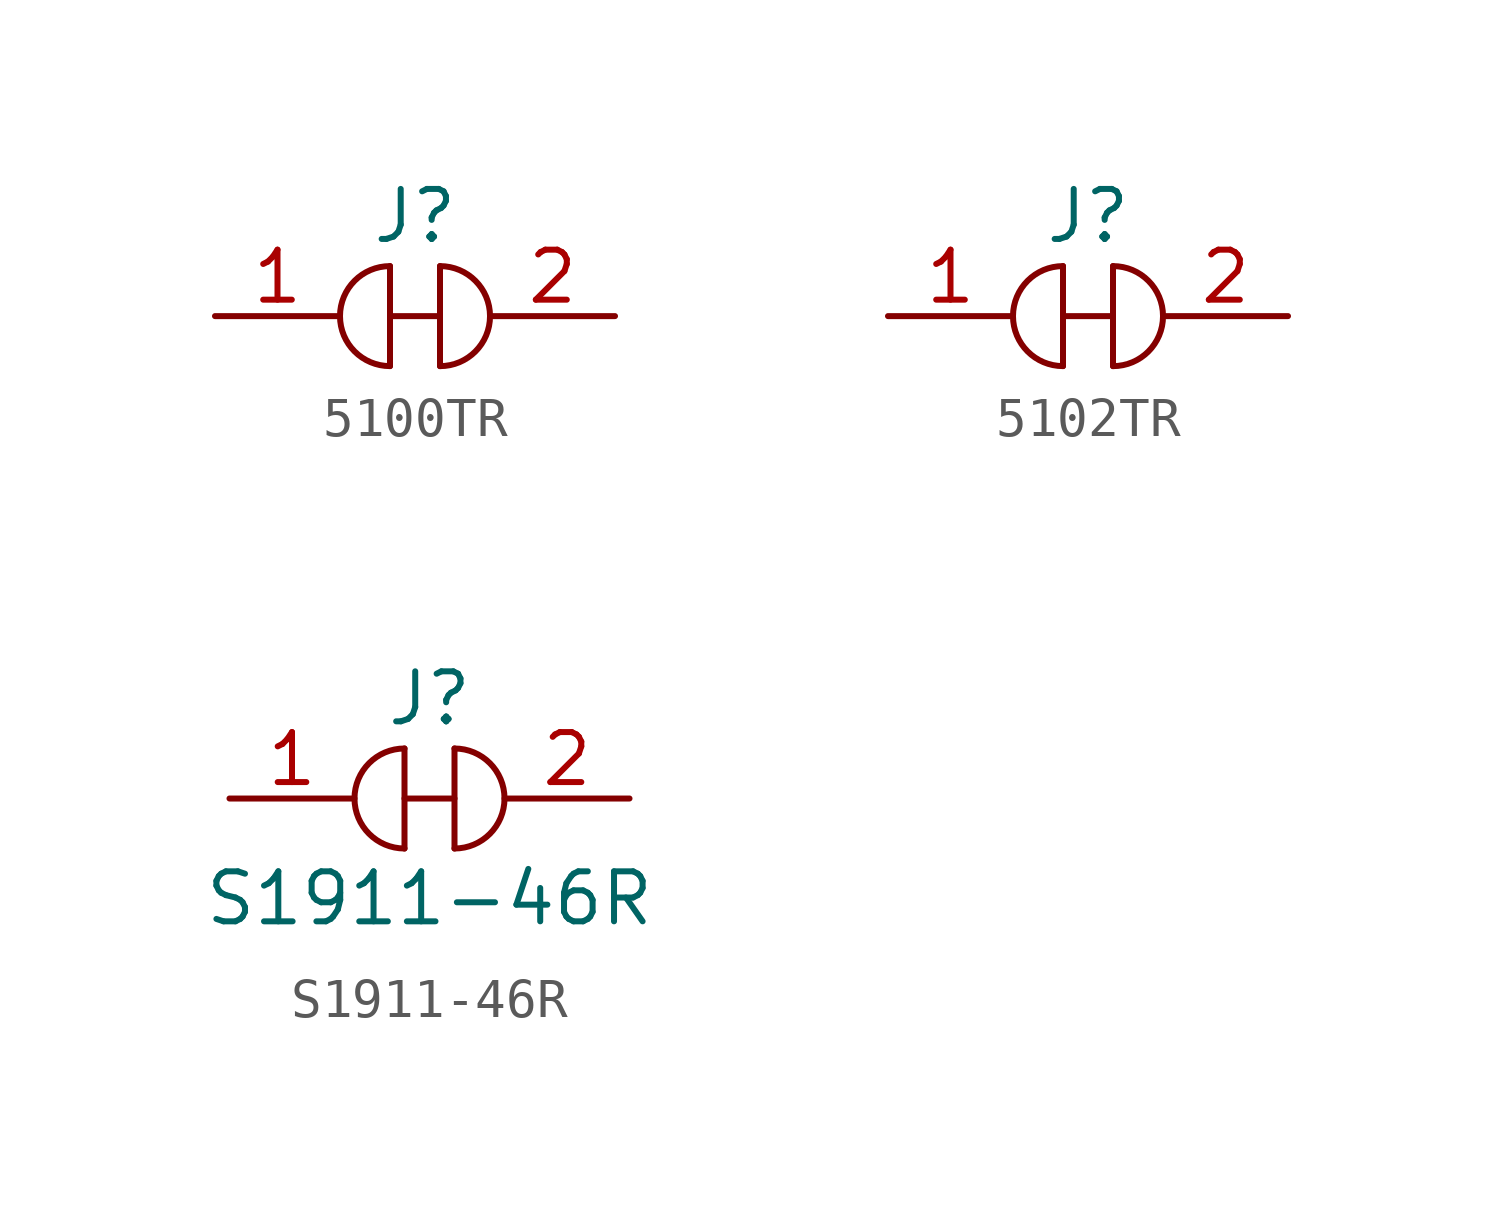
<source format=kicad_sym>
(kicad_symbol_lib
  (version 20201005)
  (generator kicad_symbol_editor)
  (symbol "5100TR"
    (pin_names
      (offset 1.016))
    (property "Reference" "J"
      (at 0 2.54 0)
      (effects (font (size 1.27 1.27))))
    (symbol "5100TR_0_1"
      (arc (start -0.635 1.27) (end -0.635 -1.27) (radius (at -0.635 0) (length 1.27) (angles 90.1 -90.1)) (stroke (width 0)) (fill (type none)))
      (arc (start 0.635 -1.27) (end 0.635 1.27) (radius (at 0.635 0) (length 1.27) (angles -89.9 89.9)) (stroke (width 0)) (fill (type none)))
      (polyline (pts (xy -0.635 0) (xy 0.635 0)) (stroke (width 0)) (fill (type none)))
      (polyline (pts (xy -0.635 1.27) (xy -0.635 -1.27)) (stroke (width 0)) (fill (type none)))
      (polyline (pts (xy 0.635 1.27) (xy 0.635 -1.27)) (stroke (width 0)) (fill (type none))))
    (symbol "5100TR_1_1"
      (pin passive line (at -5.08 0 0) (length 3.175) (name "~" (effects (font (size 1.27 1.27)))) (number "1" (effects (font (size 1.27 1.27)))))
      (pin passive line (at 5.08 0 180) (length 3.175) (name "~" (effects (font (size 1.27 1.27)))) (number "2" (effects (font (size 1.27 1.27)))))))
  (symbol "5102TR"
    (pin_names
      (offset 1.016))
    (property "Reference" "J"
      (at 0 2.54 0)
      (effects (font (size 1.27 1.27))))
    (symbol "5102TR_1_1"
      (arc (start -0.635 1.27) (end -0.635 -1.27) (radius (at -0.635 0) (length 1.27) (angles 90.1 -90.1)) (stroke (width 0)) (fill (type none)))
      (arc (start 0.635 -1.27) (end 0.635 1.27) (radius (at 0.635 0) (length 1.27) (angles -89.9 89.9)) (stroke (width 0)) (fill (type none)))
      (polyline (pts (xy -0.635 0) (xy 0.635 0)) (stroke (width 0)) (fill (type none)))
      (polyline (pts (xy -0.635 1.27) (xy -0.635 -1.27)) (stroke (width 0)) (fill (type none)))
      (polyline (pts (xy 0.635 1.27) (xy 0.635 -1.27)) (stroke (width 0)) (fill (type none)))
      (pin passive line (at -5.08 0 0) (length 3.175) (name "~" (effects (font (size 1.27 1.27)))) (number "1" (effects (font (size 1.27 1.27)))))
      (pin passive line (at 5.08 0 180) (length 3.175) (name "~" (effects (font (size 1.27 1.27)))) (number "2" (effects (font (size 1.27 1.27)))))))
  (symbol "S1911-46R"
    (pin_names
      (offset 1.016))
    (property "Reference" "J"
      (at 0 2.54 0)
      (effects (font (size 1.27 1.27))))
    (property "Value" "S1911-46R"
      (at 0 -2.54 0)
      (effects (font (size 1.27 1.27))))
    (symbol "S1911-46R_1_1"
      (arc (start -0.635 1.27) (end -0.635 -1.27) (radius (at -0.635 0) (length 1.27) (angles 90.1 -90.1)) (stroke (width 0)) (fill (type none)))
      (arc (start 0.635 -1.27) (end 0.635 1.27) (radius (at 0.635 0) (length 1.27) (angles -89.9 89.9)) (stroke (width 0)) (fill (type none)))
      (polyline (pts (xy -0.635 0) (xy 0.635 0)) (stroke (width 0)) (fill (type none)))
      (polyline (pts (xy -0.635 1.27) (xy -0.635 -1.27)) (stroke (width 0)) (fill (type none)))
      (polyline (pts (xy 0.635 1.27) (xy 0.635 -1.27)) (stroke (width 0)) (fill (type none)))
      (pin passive line (at -5.08 0 0) (length 3.175) (name "~" (effects (font (size 1.27 1.27)))) (number "1" (effects (font (size 1.27 1.27)))))
      (pin passive line (at 5.08 0 180) (length 3.175) (name "~" (effects (font (size 1.27 1.27)))) (number "2" (effects (font (size 1.27 1.27))))))))
</source>
